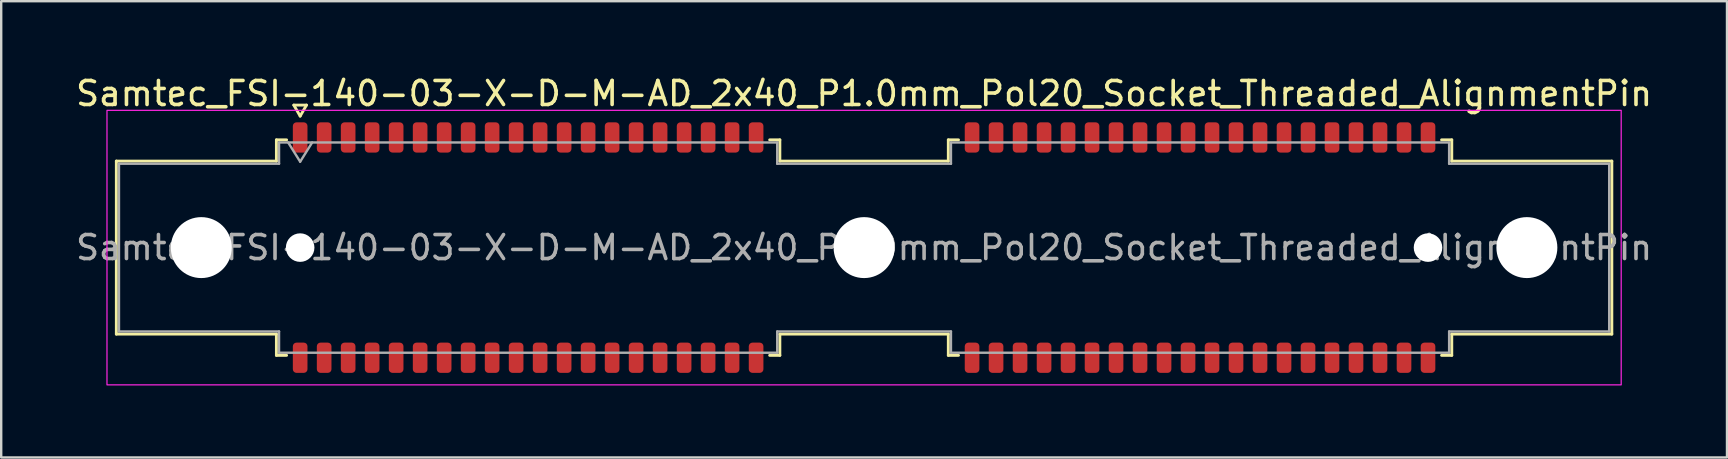
<source format=kicad_pcb>
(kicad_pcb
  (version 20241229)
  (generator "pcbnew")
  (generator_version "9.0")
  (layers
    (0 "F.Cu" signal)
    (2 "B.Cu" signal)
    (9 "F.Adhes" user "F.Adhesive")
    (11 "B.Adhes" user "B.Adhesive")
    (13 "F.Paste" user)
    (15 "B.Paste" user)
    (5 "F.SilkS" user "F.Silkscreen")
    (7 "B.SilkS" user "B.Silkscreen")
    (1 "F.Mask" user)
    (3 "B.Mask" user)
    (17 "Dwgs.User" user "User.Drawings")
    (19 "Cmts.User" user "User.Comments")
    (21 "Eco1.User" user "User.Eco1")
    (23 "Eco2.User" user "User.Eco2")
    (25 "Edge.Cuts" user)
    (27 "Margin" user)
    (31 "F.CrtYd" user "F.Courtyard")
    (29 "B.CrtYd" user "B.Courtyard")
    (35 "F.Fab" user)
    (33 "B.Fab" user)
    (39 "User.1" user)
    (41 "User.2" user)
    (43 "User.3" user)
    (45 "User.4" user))
  (footprint "Samtec_FSI-140-03-X-D-M-AD_2x40_P1.0mm_Pol20_Socket_Threaded_AlignmentPin"
    (layer "F.Cu")
    (at 32.958 7.268)
    (property "Reference" "Samtec_FSI-140-03-X-D-M-AD_2x40_P1.0mm_Pol20_Socket_Threaded_AlignmentPin" (at 0 -6.42 0) (layer "F.SilkS") (effects (font (size 1 1) (thickness 0.15))))
    (attr smd)
    (fp_line (start -31.16 -3.605) (end -24.49 -3.605) (stroke (width 0.12) (type solid)) (layer "F.SilkS"))
    (fp_line (start -31.16 3.605) (end -31.16 -3.605) (stroke (width 0.12) (type solid)) (layer "F.SilkS"))
    (fp_line (start -24.49 -4.49) (end -24.065 -4.49) (stroke (width 0.12) (type solid)) (layer "F.SilkS"))
    (fp_line (start -24.49 -3.605) (end -24.49 -4.49) (stroke (width 0.12) (type solid)) (layer "F.SilkS"))
    (fp_line (start -24.49 3.605) (end -31.16 3.605) (stroke (width 0.12) (type solid)) (layer "F.SilkS"))
    (fp_line (start -24.49 4.49) (end -24.49 3.605) (stroke (width 0.12) (type solid)) (layer "F.SilkS"))
    (fp_line (start -24.065 4.49) (end -24.49 4.49) (stroke (width 0.12) (type solid)) (layer "F.SilkS"))
    (fp_line (start -23.764 -5.938) (end -23.5 -5.48) (stroke (width 0.12) (type solid)) (layer "F.SilkS"))
    (fp_line (start -23.5 -5.48) (end -23.236 -5.938) (stroke (width 0.12) (type solid)) (layer "F.SilkS"))
    (fp_line (start -23.236 -5.938) (end -23.764 -5.938) (stroke (width 0.12) (type solid)) (layer "F.SilkS"))
    (fp_line (start -3.935 -4.49) (end -3.51 -4.49) (stroke (width 0.12) (type solid)) (layer "F.SilkS"))
    (fp_line (start -3.51 -4.49) (end -3.51 -3.605) (stroke (width 0.12) (type solid)) (layer "F.SilkS"))
    (fp_line (start -3.51 -3.605) (end 3.51 -3.605) (stroke (width 0.12) (type solid)) (layer "F.SilkS"))
    (fp_line (start -3.51 3.605) (end -3.51 4.49) (stroke (width 0.12) (type solid)) (layer "F.SilkS"))
    (fp_line (start -3.51 4.49) (end -3.935 4.49) (stroke (width 0.12) (type solid)) (layer "F.SilkS"))
    (fp_line (start 3.51 -4.49) (end 3.935 -4.49) (stroke (width 0.12) (type solid)) (layer "F.SilkS"))
    (fp_line (start 3.51 -3.605) (end 3.51 -4.49) (stroke (width 0.12) (type solid)) (layer "F.SilkS"))
    (fp_line (start 3.51 3.605) (end -3.51 3.605) (stroke (width 0.12) (type solid)) (layer "F.SilkS"))
    (fp_line (start 3.51 4.49) (end 3.51 3.605) (stroke (width 0.12) (type solid)) (layer "F.SilkS"))
    (fp_line (start 3.935 4.49) (end 3.51 4.49) (stroke (width 0.12) (type solid)) (layer "F.SilkS"))
    (fp_line (start 24.065 -4.49) (end 24.49 -4.49) (stroke (width 0.12) (type solid)) (layer "F.SilkS"))
    (fp_line (start 24.49 -4.49) (end 24.49 -3.605) (stroke (width 0.12) (type solid)) (layer "F.SilkS"))
    (fp_line (start 24.49 -3.605) (end 31.16 -3.605) (stroke (width 0.12) (type solid)) (layer "F.SilkS"))
    (fp_line (start 24.49 3.605) (end 24.49 4.49) (stroke (width 0.12) (type solid)) (layer "F.SilkS"))
    (fp_line (start 24.49 4.49) (end 24.065 4.49) (stroke (width 0.12) (type solid)) (layer "F.SilkS"))
    (fp_line (start 31.16 -3.605) (end 31.16 3.605) (stroke (width 0.12) (type solid)) (layer "F.SilkS"))
    (fp_line (start 31.16 3.605) (end 24.49 3.605) (stroke (width 0.12) (type solid)) (layer "F.SilkS"))
    (fp_rect (start -31.55 -5.72) (end 31.55 5.72) (stroke (width 0.05) (type solid)) (fill no) (layer "F.CrtYd"))
    (fp_line (start -31.05 -3.495) (end -24.38 -3.495) (stroke (width 0.1) (type solid)) (layer "F.Fab"))
    (fp_line (start -31.05 3.495) (end -31.05 -3.495) (stroke (width 0.1) (type solid)) (layer "F.Fab"))
    (fp_line (start -24.38 -4.38) (end -3.62 -4.38) (stroke (width 0.1) (type solid)) (layer "F.Fab"))
    (fp_line (start -24.38 -3.495) (end -24.38 -4.38) (stroke (width 0.1) (type solid)) (layer "F.Fab"))
    (fp_line (start -24.38 3.495) (end -31.05 3.495) (stroke (width 0.1) (type solid)) (layer "F.Fab"))
    (fp_line (start -24.38 4.38) (end -24.38 3.495) (stroke (width 0.1) (type solid)) (layer "F.Fab"))
    (fp_line (start -24 -4.38) (end -23.5 -3.58) (stroke (width 0.1) (type solid)) (layer "F.Fab"))
    (fp_line (start -23.5 -3.58) (end -23 -4.38) (stroke (width 0.1) (type solid)) (layer "F.Fab"))
    (fp_line (start -3.62 -4.38) (end -3.62 -3.495) (stroke (width 0.1) (type solid)) (layer "F.Fab"))
    (fp_line (start -3.62 -3.495) (end 3.62 -3.495) (stroke (width 0.1) (type solid)) (layer "F.Fab"))
    (fp_line (start -3.62 3.495) (end -3.62 4.38) (stroke (width 0.1) (type solid)) (layer "F.Fab"))
    (fp_line (start -3.62 4.38) (end -24.38 4.38) (stroke (width 0.1) (type solid)) (layer "F.Fab"))
    (fp_line (start 3.62 -4.38) (end 24.38 -4.38) (stroke (width 0.1) (type solid)) (layer "F.Fab"))
    (fp_line (start 3.62 -3.495) (end 3.62 -4.38) (stroke (width 0.1) (type solid)) (layer "F.Fab"))
    (fp_line (start 3.62 3.495) (end -3.62 3.495) (stroke (width 0.1) (type solid)) (layer "F.Fab"))
    (fp_line (start 3.62 4.38) (end 3.62 3.495) (stroke (width 0.1) (type solid)) (layer "F.Fab"))
    (fp_line (start 24.38 -4.38) (end 24.38 -3.495) (stroke (width 0.1) (type solid)) (layer "F.Fab"))
    (fp_line (start 24.38 -3.495) (end 31.05 -3.495) (stroke (width 0.1) (type solid)) (layer "F.Fab"))
    (fp_line (start 24.38 3.495) (end 24.38 4.38) (stroke (width 0.1) (type solid)) (layer "F.Fab"))
    (fp_line (start 24.38 4.38) (end 3.62 4.38) (stroke (width 0.1) (type solid)) (layer "F.Fab"))
    (fp_line (start 31.05 -3.495) (end 31.05 3.495) (stroke (width 0.1) (type solid)) (layer "F.Fab"))
    (fp_line (start 31.05 3.495) (end 24.38 3.495) (stroke (width 0.1) (type solid)) (layer "F.Fab"))
    (fp_text user "${REFERENCE}" (at 0 0 0) (layer "F.Fab") (effects (font (size 1 1) (thickness 0.15))))
    (pad "" np_thru_hole circle (at -27.62 0) (size 2.54 2.54) (drill 2.54) (layers "*.Cu" "*.Mask"))
    (pad "" np_thru_hole circle (at -23.5 0) (size 1.19 1.19) (drill 1.19) (layers "*.Cu" "*.Mask"))
    (pad "" np_thru_hole circle (at 0 0) (size 2.54 2.54) (drill 2.54) (layers "*.Cu" "*.Mask"))
    (pad "" np_thru_hole circle (at 23.5 0) (size 1.19 1.19) (drill 1.19) (layers "*.Cu" "*.Mask"))
    (pad "" np_thru_hole circle (at 27.62 0) (size 2.54 2.54) (drill 2.54) (layers "*.Cu" "*.Mask"))
    (pad "1" smd roundrect (at -23.5 -4.59) (size 0.61 1.26) (layers "F.Cu" "F.Mask" "F.Paste") (roundrect_rratio 0.25))
    (pad "2" smd roundrect (at -23.5 4.59) (size 0.61 1.26) (layers "F.Cu" "F.Mask" "F.Paste") (roundrect_rratio 0.25))
    (pad "3" smd roundrect (at -22.5 -4.59) (size 0.61 1.26) (layers "F.Cu" "F.Mask" "F.Paste") (roundrect_rratio 0.25))
    (pad "4" smd roundrect (at -22.5 4.59) (size 0.61 1.26) (layers "F.Cu" "F.Mask" "F.Paste") (roundrect_rratio 0.25))
    (pad "5" smd roundrect (at -21.5 -4.59) (size 0.61 1.26) (layers "F.Cu" "F.Mask" "F.Paste") (roundrect_rratio 0.25))
    (pad "6" smd roundrect (at -21.5 4.59) (size 0.61 1.26) (layers "F.Cu" "F.Mask" "F.Paste") (roundrect_rratio 0.25))
    (pad "7" smd roundrect (at -20.5 -4.59) (size 0.61 1.26) (layers "F.Cu" "F.Mask" "F.Paste") (roundrect_rratio 0.25))
    (pad "8" smd roundrect (at -20.5 4.59) (size 0.61 1.26) (layers "F.Cu" "F.Mask" "F.Paste") (roundrect_rratio 0.25))
    (pad "9" smd roundrect (at -19.5 -4.59) (size 0.61 1.26) (layers "F.Cu" "F.Mask" "F.Paste") (roundrect_rratio 0.25))
    (pad "10" smd roundrect (at -19.5 4.59) (size 0.61 1.26) (layers "F.Cu" "F.Mask" "F.Paste") (roundrect_rratio 0.25))
    (pad "11" smd roundrect (at -18.5 -4.59) (size 0.61 1.26) (layers "F.Cu" "F.Mask" "F.Paste") (roundrect_rratio 0.25))
    (pad "12" smd roundrect (at -18.5 4.59) (size 0.61 1.26) (layers "F.Cu" "F.Mask" "F.Paste") (roundrect_rratio 0.25))
    (pad "13" smd roundrect (at -17.5 -4.59) (size 0.61 1.26) (layers "F.Cu" "F.Mask" "F.Paste") (roundrect_rratio 0.25))
    (pad "14" smd roundrect (at -17.5 4.59) (size 0.61 1.26) (layers "F.Cu" "F.Mask" "F.Paste") (roundrect_rratio 0.25))
    (pad "15" smd roundrect (at -16.5 -4.59) (size 0.61 1.26) (layers "F.Cu" "F.Mask" "F.Paste") (roundrect_rratio 0.25))
    (pad "16" smd roundrect (at -16.5 4.59) (size 0.61 1.26) (layers "F.Cu" "F.Mask" "F.Paste") (roundrect_rratio 0.25))
    (pad "17" smd roundrect (at -15.5 -4.59) (size 0.61 1.26) (layers "F.Cu" "F.Mask" "F.Paste") (roundrect_rratio 0.25))
    (pad "18" smd roundrect (at -15.5 4.59) (size 0.61 1.26) (layers "F.Cu" "F.Mask" "F.Paste") (roundrect_rratio 0.25))
    (pad "19" smd roundrect (at -14.5 -4.59) (size 0.61 1.26) (layers "F.Cu" "F.Mask" "F.Paste") (roundrect_rratio 0.25))
    (pad "20" smd roundrect (at -14.5 4.59) (size 0.61 1.26) (layers "F.Cu" "F.Mask" "F.Paste") (roundrect_rratio 0.25))
    (pad "21" smd roundrect (at -13.5 -4.59) (size 0.61 1.26) (layers "F.Cu" "F.Mask" "F.Paste") (roundrect_rratio 0.25))
    (pad "22" smd roundrect (at -13.5 4.59) (size 0.61 1.26) (layers "F.Cu" "F.Mask" "F.Paste") (roundrect_rratio 0.25))
    (pad "23" smd roundrect (at -12.5 -4.59) (size 0.61 1.26) (layers "F.Cu" "F.Mask" "F.Paste") (roundrect_rratio 0.25))
    (pad "24" smd roundrect (at -12.5 4.59) (size 0.61 1.26) (layers "F.Cu" "F.Mask" "F.Paste") (roundrect_rratio 0.25))
    (pad "25" smd roundrect (at -11.5 -4.59) (size 0.61 1.26) (layers "F.Cu" "F.Mask" "F.Paste") (roundrect_rratio 0.25))
    (pad "26" smd roundrect (at -11.5 4.59) (size 0.61 1.26) (layers "F.Cu" "F.Mask" "F.Paste") (roundrect_rratio 0.25))
    (pad "27" smd roundrect (at -10.5 -4.59) (size 0.61 1.26) (layers "F.Cu" "F.Mask" "F.Paste") (roundrect_rratio 0.25))
    (pad "28" smd roundrect (at -10.5 4.59) (size 0.61 1.26) (layers "F.Cu" "F.Mask" "F.Paste") (roundrect_rratio 0.25))
    (pad "29" smd roundrect (at -9.5 -4.59) (size 0.61 1.26) (layers "F.Cu" "F.Mask" "F.Paste") (roundrect_rratio 0.25))
    (pad "30" smd roundrect (at -9.5 4.59) (size 0.61 1.26) (layers "F.Cu" "F.Mask" "F.Paste") (roundrect_rratio 0.25))
    (pad "31" smd roundrect (at -8.5 -4.59) (size 0.61 1.26) (layers "F.Cu" "F.Mask" "F.Paste") (roundrect_rratio 0.25))
    (pad "32" smd roundrect (at -8.5 4.59) (size 0.61 1.26) (layers "F.Cu" "F.Mask" "F.Paste") (roundrect_rratio 0.25))
    (pad "33" smd roundrect (at -7.5 -4.59) (size 0.61 1.26) (layers "F.Cu" "F.Mask" "F.Paste") (roundrect_rratio 0.25))
    (pad "34" smd roundrect (at -7.5 4.59) (size 0.61 1.26) (layers "F.Cu" "F.Mask" "F.Paste") (roundrect_rratio 0.25))
    (pad "35" smd roundrect (at -6.5 -4.59) (size 0.61 1.26) (layers "F.Cu" "F.Mask" "F.Paste") (roundrect_rratio 0.25))
    (pad "36" smd roundrect (at -6.5 4.59) (size 0.61 1.26) (layers "F.Cu" "F.Mask" "F.Paste") (roundrect_rratio 0.25))
    (pad "37" smd roundrect (at -5.5 -4.59) (size 0.61 1.26) (layers "F.Cu" "F.Mask" "F.Paste") (roundrect_rratio 0.25))
    (pad "38" smd roundrect (at -5.5 4.59) (size 0.61 1.26) (layers "F.Cu" "F.Mask" "F.Paste") (roundrect_rratio 0.25))
    (pad "39" smd roundrect (at -4.5 -4.59) (size 0.61 1.26) (layers "F.Cu" "F.Mask" "F.Paste") (roundrect_rratio 0.25))
    (pad "40" smd roundrect (at -4.5 4.59) (size 0.61 1.26) (layers "F.Cu" "F.Mask" "F.Paste") (roundrect_rratio 0.25))
    (pad "41" smd roundrect (at 4.5 -4.59) (size 0.61 1.26) (layers "F.Cu" "F.Mask" "F.Paste") (roundrect_rratio 0.25))
    (pad "42" smd roundrect (at 4.5 4.59) (size 0.61 1.26) (layers "F.Cu" "F.Mask" "F.Paste") (roundrect_rratio 0.25))
    (pad "43" smd roundrect (at 5.5 -4.59) (size 0.61 1.26) (layers "F.Cu" "F.Mask" "F.Paste") (roundrect_rratio 0.25))
    (pad "44" smd roundrect (at 5.5 4.59) (size 0.61 1.26) (layers "F.Cu" "F.Mask" "F.Paste") (roundrect_rratio 0.25))
    (pad "45" smd roundrect (at 6.5 -4.59) (size 0.61 1.26) (layers "F.Cu" "F.Mask" "F.Paste") (roundrect_rratio 0.25))
    (pad "46" smd roundrect (at 6.5 4.59) (size 0.61 1.26) (layers "F.Cu" "F.Mask" "F.Paste") (roundrect_rratio 0.25))
    (pad "47" smd roundrect (at 7.5 -4.59) (size 0.61 1.26) (layers "F.Cu" "F.Mask" "F.Paste") (roundrect_rratio 0.25))
    (pad "48" smd roundrect (at 7.5 4.59) (size 0.61 1.26) (layers "F.Cu" "F.Mask" "F.Paste") (roundrect_rratio 0.25))
    (pad "49" smd roundrect (at 8.5 -4.59) (size 0.61 1.26) (layers "F.Cu" "F.Mask" "F.Paste") (roundrect_rratio 0.25))
    (pad "50" smd roundrect (at 8.5 4.59) (size 0.61 1.26) (layers "F.Cu" "F.Mask" "F.Paste") (roundrect_rratio 0.25))
    (pad "51" smd roundrect (at 9.5 -4.59) (size 0.61 1.26) (layers "F.Cu" "F.Mask" "F.Paste") (roundrect_rratio 0.25))
    (pad "52" smd roundrect (at 9.5 4.59) (size 0.61 1.26) (layers "F.Cu" "F.Mask" "F.Paste") (roundrect_rratio 0.25))
    (pad "53" smd roundrect (at 10.5 -4.59) (size 0.61 1.26) (layers "F.Cu" "F.Mask" "F.Paste") (roundrect_rratio 0.25))
    (pad "54" smd roundrect (at 10.5 4.59) (size 0.61 1.26) (layers "F.Cu" "F.Mask" "F.Paste") (roundrect_rratio 0.25))
    (pad "55" smd roundrect (at 11.5 -4.59) (size 0.61 1.26) (layers "F.Cu" "F.Mask" "F.Paste") (roundrect_rratio 0.25))
    (pad "56" smd roundrect (at 11.5 4.59) (size 0.61 1.26) (layers "F.Cu" "F.Mask" "F.Paste") (roundrect_rratio 0.25))
    (pad "57" smd roundrect (at 12.5 -4.59) (size 0.61 1.26) (layers "F.Cu" "F.Mask" "F.Paste") (roundrect_rratio 0.25))
    (pad "58" smd roundrect (at 12.5 4.59) (size 0.61 1.26) (layers "F.Cu" "F.Mask" "F.Paste") (roundrect_rratio 0.25))
    (pad "59" smd roundrect (at 13.5 -4.59) (size 0.61 1.26) (layers "F.Cu" "F.Mask" "F.Paste") (roundrect_rratio 0.25))
    (pad "60" smd roundrect (at 13.5 4.59) (size 0.61 1.26) (layers "F.Cu" "F.Mask" "F.Paste") (roundrect_rratio 0.25))
    (pad "61" smd roundrect (at 14.5 -4.59) (size 0.61 1.26) (layers "F.Cu" "F.Mask" "F.Paste") (roundrect_rratio 0.25))
    (pad "62" smd roundrect (at 14.5 4.59) (size 0.61 1.26) (layers "F.Cu" "F.Mask" "F.Paste") (roundrect_rratio 0.25))
    (pad "63" smd roundrect (at 15.5 -4.59) (size 0.61 1.26) (layers "F.Cu" "F.Mask" "F.Paste") (roundrect_rratio 0.25))
    (pad "64" smd roundrect (at 15.5 4.59) (size 0.61 1.26) (layers "F.Cu" "F.Mask" "F.Paste") (roundrect_rratio 0.25))
    (pad "65" smd roundrect (at 16.5 -4.59) (size 0.61 1.26) (layers "F.Cu" "F.Mask" "F.Paste") (roundrect_rratio 0.25))
    (pad "66" smd roundrect (at 16.5 4.59) (size 0.61 1.26) (layers "F.Cu" "F.Mask" "F.Paste") (roundrect_rratio 0.25))
    (pad "67" smd roundrect (at 17.5 -4.59) (size 0.61 1.26) (layers "F.Cu" "F.Mask" "F.Paste") (roundrect_rratio 0.25))
    (pad "68" smd roundrect (at 17.5 4.59) (size 0.61 1.26) (layers "F.Cu" "F.Mask" "F.Paste") (roundrect_rratio 0.25))
    (pad "69" smd roundrect (at 18.5 -4.59) (size 0.61 1.26) (layers "F.Cu" "F.Mask" "F.Paste") (roundrect_rratio 0.25))
    (pad "70" smd roundrect (at 18.5 4.59) (size 0.61 1.26) (layers "F.Cu" "F.Mask" "F.Paste") (roundrect_rratio 0.25))
    (pad "71" smd roundrect (at 19.5 -4.59) (size 0.61 1.26) (layers "F.Cu" "F.Mask" "F.Paste") (roundrect_rratio 0.25))
    (pad "72" smd roundrect (at 19.5 4.59) (size 0.61 1.26) (layers "F.Cu" "F.Mask" "F.Paste") (roundrect_rratio 0.25))
    (pad "73" smd roundrect (at 20.5 -4.59) (size 0.61 1.26) (layers "F.Cu" "F.Mask" "F.Paste") (roundrect_rratio 0.25))
    (pad "74" smd roundrect (at 20.5 4.59) (size 0.61 1.26) (layers "F.Cu" "F.Mask" "F.Paste") (roundrect_rratio 0.25))
    (pad "75" smd roundrect (at 21.5 -4.59) (size 0.61 1.26) (layers "F.Cu" "F.Mask" "F.Paste") (roundrect_rratio 0.25))
    (pad "76" smd roundrect (at 21.5 4.59) (size 0.61 1.26) (layers "F.Cu" "F.Mask" "F.Paste") (roundrect_rratio 0.25))
    (pad "77" smd roundrect (at 22.5 -4.59) (size 0.61 1.26) (layers "F.Cu" "F.Mask" "F.Paste") (roundrect_rratio 0.25))
    (pad "78" smd roundrect (at 22.5 4.59) (size 0.61 1.26) (layers "F.Cu" "F.Mask" "F.Paste") (roundrect_rratio 0.25))
    (pad "79" smd roundrect (at 23.5 -4.59) (size 0.61 1.26) (layers "F.Cu" "F.Mask" "F.Paste") (roundrect_rratio 0.25))
    (pad "80" smd roundrect (at 23.5 4.59) (size 0.61 1.26) (layers "F.Cu" "F.Mask" "F.Paste") (roundrect_rratio 0.25)))
  (gr_rect
    (start -3 -3)
    (end 68.917 16.013)
    (stroke (width 0.1) (type default))
    (fill no)
    (layer "Edge.Cuts")))
</source>
